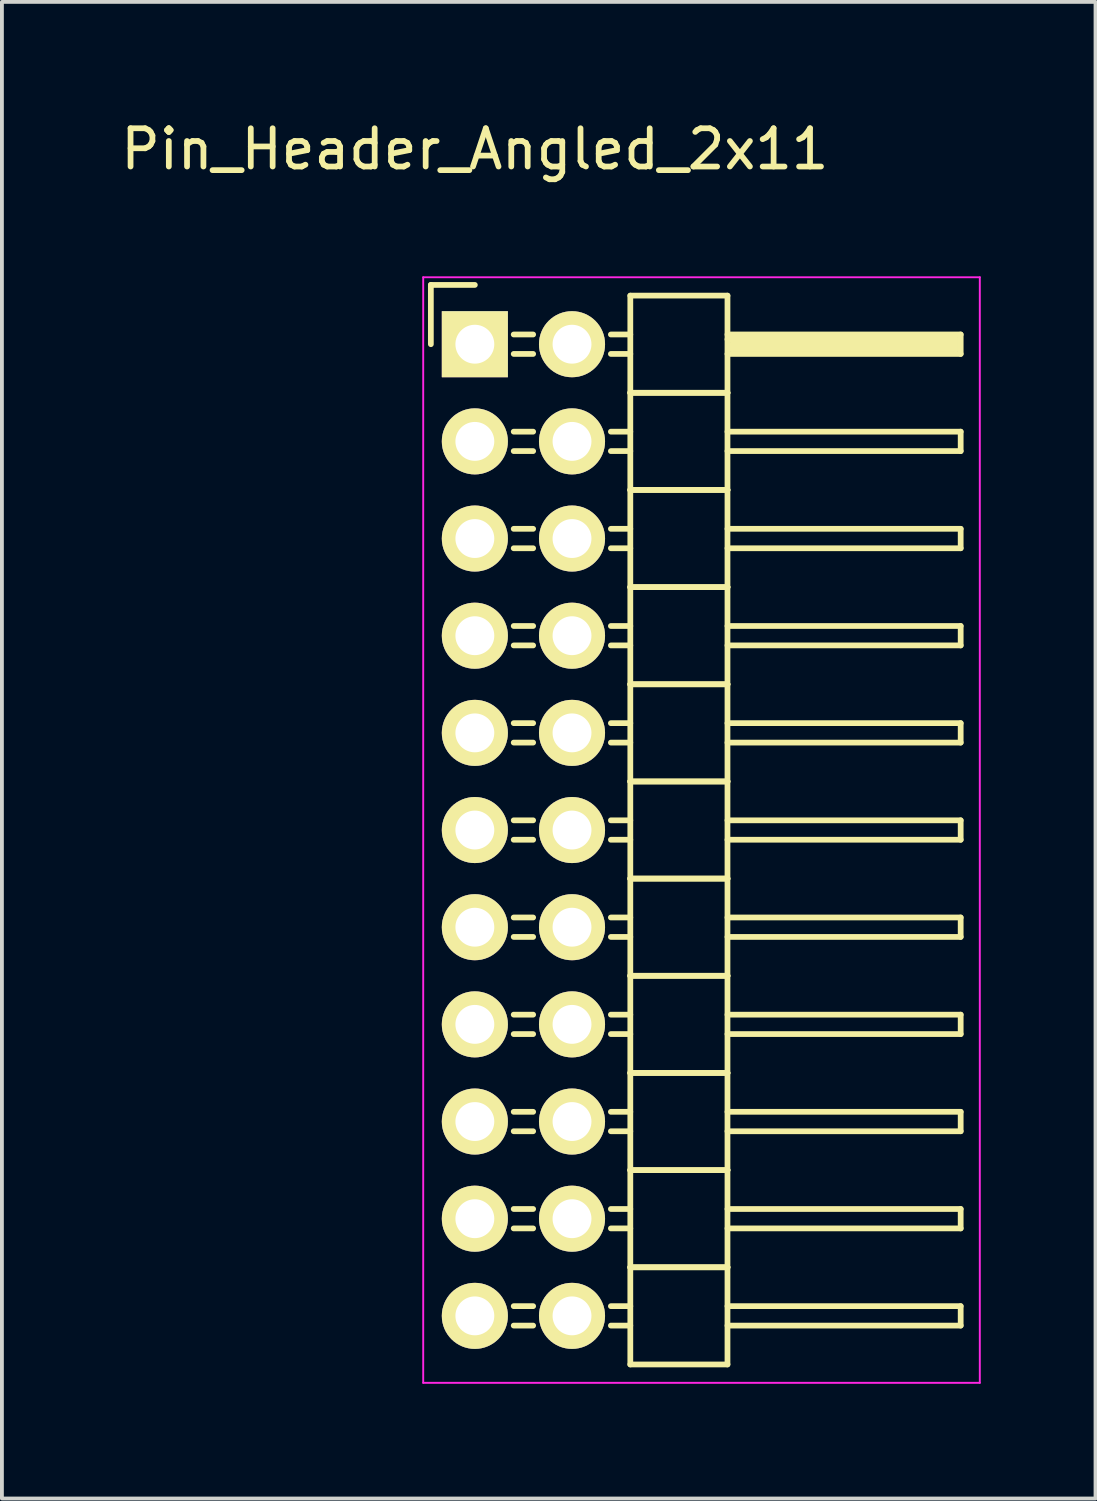
<source format=kicad_pcb>
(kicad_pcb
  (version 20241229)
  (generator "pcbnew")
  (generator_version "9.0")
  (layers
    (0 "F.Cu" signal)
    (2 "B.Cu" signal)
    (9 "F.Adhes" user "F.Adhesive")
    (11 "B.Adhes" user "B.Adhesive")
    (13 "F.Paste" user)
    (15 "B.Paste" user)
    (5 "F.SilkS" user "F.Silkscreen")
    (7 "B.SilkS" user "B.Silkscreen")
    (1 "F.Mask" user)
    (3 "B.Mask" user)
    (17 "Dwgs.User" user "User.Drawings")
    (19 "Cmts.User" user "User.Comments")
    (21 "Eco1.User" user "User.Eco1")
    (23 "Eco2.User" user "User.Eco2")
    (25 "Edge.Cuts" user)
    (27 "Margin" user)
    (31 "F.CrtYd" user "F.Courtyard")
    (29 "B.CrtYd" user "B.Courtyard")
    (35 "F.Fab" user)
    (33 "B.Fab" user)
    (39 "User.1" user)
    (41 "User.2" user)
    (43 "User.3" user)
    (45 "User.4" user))
  (footprint "Pin_Header_Angled_2x11"
    (layer "F.Cu")
    (at 9.363 5.948)
    (property "Reference" "Pin_Header_Angled_2x11" (at 0 -5.1 0) (layer "F.SilkS") (effects (font (size 1 1) (thickness 0.15))))
    (attr through_hole)
    (fp_line (start -1.15 -1.55) (end -1.15 0) (stroke (width 0.15) (type solid)) (layer "F.SilkS"))
    (fp_line (start 0 -1.55) (end -1.15 -1.55) (stroke (width 0.15) (type solid)) (layer "F.SilkS"))
    (fp_line (start 1.524 -0.254) (end 1.016 -0.254) (stroke (width 0.15) (type solid)) (layer "F.SilkS"))
    (fp_line (start 1.524 0.254) (end 1.016 0.254) (stroke (width 0.15) (type solid)) (layer "F.SilkS"))
    (fp_line (start 1.524 2.286) (end 1.016 2.286) (stroke (width 0.15) (type solid)) (layer "F.SilkS"))
    (fp_line (start 1.524 2.794) (end 1.016 2.794) (stroke (width 0.15) (type solid)) (layer "F.SilkS"))
    (fp_line (start 1.524 4.826) (end 1.016 4.826) (stroke (width 0.15) (type solid)) (layer "F.SilkS"))
    (fp_line (start 1.524 5.334) (end 1.016 5.334) (stroke (width 0.15) (type solid)) (layer "F.SilkS"))
    (fp_line (start 1.524 7.366) (end 1.016 7.366) (stroke (width 0.15) (type solid)) (layer "F.SilkS"))
    (fp_line (start 1.524 7.874) (end 1.016 7.874) (stroke (width 0.15) (type solid)) (layer "F.SilkS"))
    (fp_line (start 1.524 9.906) (end 1.016 9.906) (stroke (width 0.15) (type solid)) (layer "F.SilkS"))
    (fp_line (start 1.524 10.414) (end 1.016 10.414) (stroke (width 0.15) (type solid)) (layer "F.SilkS"))
    (fp_line (start 1.524 12.446) (end 1.016 12.446) (stroke (width 0.15) (type solid)) (layer "F.SilkS"))
    (fp_line (start 1.524 12.954) (end 1.016 12.954) (stroke (width 0.15) (type solid)) (layer "F.SilkS"))
    (fp_line (start 1.524 14.986) (end 1.016 14.986) (stroke (width 0.15) (type solid)) (layer "F.SilkS"))
    (fp_line (start 1.524 15.494) (end 1.016 15.494) (stroke (width 0.15) (type solid)) (layer "F.SilkS"))
    (fp_line (start 1.524 17.526) (end 1.016 17.526) (stroke (width 0.15) (type solid)) (layer "F.SilkS"))
    (fp_line (start 1.524 18.034) (end 1.016 18.034) (stroke (width 0.15) (type solid)) (layer "F.SilkS"))
    (fp_line (start 1.524 20.066) (end 1.016 20.066) (stroke (width 0.15) (type solid)) (layer "F.SilkS"))
    (fp_line (start 1.524 20.574) (end 1.016 20.574) (stroke (width 0.15) (type solid)) (layer "F.SilkS"))
    (fp_line (start 1.524 22.606) (end 1.016 22.606) (stroke (width 0.15) (type solid)) (layer "F.SilkS"))
    (fp_line (start 1.524 23.114) (end 1.016 23.114) (stroke (width 0.15) (type solid)) (layer "F.SilkS"))
    (fp_line (start 1.524 25.146) (end 1.016 25.146) (stroke (width 0.15) (type solid)) (layer "F.SilkS"))
    (fp_line (start 1.524 25.654) (end 1.016 25.654) (stroke (width 0.15) (type solid)) (layer "F.SilkS"))
    (fp_line (start 4.064 -1.27) (end 4.064 1.27) (stroke (width 0.15) (type solid)) (layer "F.SilkS"))
    (fp_line (start 4.064 -1.27) (end 6.604 -1.27) (stroke (width 0.15) (type solid)) (layer "F.SilkS"))
    (fp_line (start 4.064 -0.254) (end 3.556 -0.254) (stroke (width 0.15) (type solid)) (layer "F.SilkS"))
    (fp_line (start 4.064 0.254) (end 3.556 0.254) (stroke (width 0.15) (type solid)) (layer "F.SilkS"))
    (fp_line (start 4.064 1.27) (end 4.064 3.81) (stroke (width 0.15) (type solid)) (layer "F.SilkS"))
    (fp_line (start 4.064 1.27) (end 6.604 1.27) (stroke (width 0.15) (type solid)) (layer "F.SilkS"))
    (fp_line (start 4.064 1.27) (end 6.604 1.27) (stroke (width 0.15) (type solid)) (layer "F.SilkS"))
    (fp_line (start 4.064 2.286) (end 3.556 2.286) (stroke (width 0.15) (type solid)) (layer "F.SilkS"))
    (fp_line (start 4.064 2.794) (end 3.556 2.794) (stroke (width 0.15) (type solid)) (layer "F.SilkS"))
    (fp_line (start 4.064 3.81) (end 4.064 6.35) (stroke (width 0.15) (type solid)) (layer "F.SilkS"))
    (fp_line (start 4.064 3.81) (end 6.604 3.81) (stroke (width 0.15) (type solid)) (layer "F.SilkS"))
    (fp_line (start 4.064 3.81) (end 6.604 3.81) (stroke (width 0.15) (type solid)) (layer "F.SilkS"))
    (fp_line (start 4.064 4.826) (end 3.556 4.826) (stroke (width 0.15) (type solid)) (layer "F.SilkS"))
    (fp_line (start 4.064 5.334) (end 3.556 5.334) (stroke (width 0.15) (type solid)) (layer "F.SilkS"))
    (fp_line (start 4.064 6.35) (end 4.064 8.89) (stroke (width 0.15) (type solid)) (layer "F.SilkS"))
    (fp_line (start 4.064 6.35) (end 6.604 6.35) (stroke (width 0.15) (type solid)) (layer "F.SilkS"))
    (fp_line (start 4.064 6.35) (end 6.604 6.35) (stroke (width 0.15) (type solid)) (layer "F.SilkS"))
    (fp_line (start 4.064 7.366) (end 3.556 7.366) (stroke (width 0.15) (type solid)) (layer "F.SilkS"))
    (fp_line (start 4.064 7.874) (end 3.556 7.874) (stroke (width 0.15) (type solid)) (layer "F.SilkS"))
    (fp_line (start 4.064 8.89) (end 4.064 11.43) (stroke (width 0.15) (type solid)) (layer "F.SilkS"))
    (fp_line (start 4.064 8.89) (end 6.604 8.89) (stroke (width 0.15) (type solid)) (layer "F.SilkS"))
    (fp_line (start 4.064 8.89) (end 6.604 8.89) (stroke (width 0.15) (type solid)) (layer "F.SilkS"))
    (fp_line (start 4.064 9.906) (end 3.556 9.906) (stroke (width 0.15) (type solid)) (layer "F.SilkS"))
    (fp_line (start 4.064 10.414) (end 3.556 10.414) (stroke (width 0.15) (type solid)) (layer "F.SilkS"))
    (fp_line (start 4.064 11.43) (end 4.064 13.97) (stroke (width 0.15) (type solid)) (layer "F.SilkS"))
    (fp_line (start 4.064 11.43) (end 6.604 11.43) (stroke (width 0.15) (type solid)) (layer "F.SilkS"))
    (fp_line (start 4.064 11.43) (end 6.604 11.43) (stroke (width 0.15) (type solid)) (layer "F.SilkS"))
    (fp_line (start 4.064 12.446) (end 3.556 12.446) (stroke (width 0.15) (type solid)) (layer "F.SilkS"))
    (fp_line (start 4.064 12.954) (end 3.556 12.954) (stroke (width 0.15) (type solid)) (layer "F.SilkS"))
    (fp_line (start 4.064 13.97) (end 4.064 16.51) (stroke (width 0.15) (type solid)) (layer "F.SilkS"))
    (fp_line (start 4.064 13.97) (end 6.604 13.97) (stroke (width 0.15) (type solid)) (layer "F.SilkS"))
    (fp_line (start 4.064 13.97) (end 6.604 13.97) (stroke (width 0.15) (type solid)) (layer "F.SilkS"))
    (fp_line (start 4.064 14.986) (end 3.556 14.986) (stroke (width 0.15) (type solid)) (layer "F.SilkS"))
    (fp_line (start 4.064 15.494) (end 3.556 15.494) (stroke (width 0.15) (type solid)) (layer "F.SilkS"))
    (fp_line (start 4.064 16.51) (end 4.064 19.05) (stroke (width 0.15) (type solid)) (layer "F.SilkS"))
    (fp_line (start 4.064 16.51) (end 6.604 16.51) (stroke (width 0.15) (type solid)) (layer "F.SilkS"))
    (fp_line (start 4.064 16.51) (end 6.604 16.51) (stroke (width 0.15) (type solid)) (layer "F.SilkS"))
    (fp_line (start 4.064 17.526) (end 3.556 17.526) (stroke (width 0.15) (type solid)) (layer "F.SilkS"))
    (fp_line (start 4.064 18.034) (end 3.556 18.034) (stroke (width 0.15) (type solid)) (layer "F.SilkS"))
    (fp_line (start 4.064 19.05) (end 4.064 21.59) (stroke (width 0.15) (type solid)) (layer "F.SilkS"))
    (fp_line (start 4.064 19.05) (end 6.604 19.05) (stroke (width 0.15) (type solid)) (layer "F.SilkS"))
    (fp_line (start 4.064 19.05) (end 6.604 19.05) (stroke (width 0.15) (type solid)) (layer "F.SilkS"))
    (fp_line (start 4.064 20.066) (end 3.556 20.066) (stroke (width 0.15) (type solid)) (layer "F.SilkS"))
    (fp_line (start 4.064 20.574) (end 3.556 20.574) (stroke (width 0.15) (type solid)) (layer "F.SilkS"))
    (fp_line (start 4.064 21.59) (end 4.064 24.13) (stroke (width 0.15) (type solid)) (layer "F.SilkS"))
    (fp_line (start 4.064 21.59) (end 6.604 21.59) (stroke (width 0.15) (type solid)) (layer "F.SilkS"))
    (fp_line (start 4.064 21.59) (end 6.604 21.59) (stroke (width 0.15) (type solid)) (layer "F.SilkS"))
    (fp_line (start 4.064 22.606) (end 3.556 22.606) (stroke (width 0.15) (type solid)) (layer "F.SilkS"))
    (fp_line (start 4.064 23.114) (end 3.556 23.114) (stroke (width 0.15) (type solid)) (layer "F.SilkS"))
    (fp_line (start 4.064 24.13) (end 4.064 26.67) (stroke (width 0.15) (type solid)) (layer "F.SilkS"))
    (fp_line (start 4.064 24.13) (end 6.604 24.13) (stroke (width 0.15) (type solid)) (layer "F.SilkS"))
    (fp_line (start 4.064 24.13) (end 6.604 24.13) (stroke (width 0.15) (type solid)) (layer "F.SilkS"))
    (fp_line (start 4.064 25.146) (end 3.556 25.146) (stroke (width 0.15) (type solid)) (layer "F.SilkS"))
    (fp_line (start 4.064 25.654) (end 3.556 25.654) (stroke (width 0.15) (type solid)) (layer "F.SilkS"))
    (fp_line (start 4.064 26.67) (end 6.604 26.67) (stroke (width 0.15) (type solid)) (layer "F.SilkS"))
    (fp_line (start 6.604 -0.254) (end 12.7 -0.254) (stroke (width 0.15) (type solid)) (layer "F.SilkS"))
    (fp_line (start 6.604 -0.127) (end 12.573 -0.127) (stroke (width 0.15) (type solid)) (layer "F.SilkS"))
    (fp_line (start 6.604 1.27) (end 6.604 -1.27) (stroke (width 0.15) (type solid)) (layer "F.SilkS"))
    (fp_line (start 6.604 2.286) (end 12.7 2.286) (stroke (width 0.15) (type solid)) (layer "F.SilkS"))
    (fp_line (start 6.604 3.81) (end 6.604 1.27) (stroke (width 0.15) (type solid)) (layer "F.SilkS"))
    (fp_line (start 6.604 4.826) (end 12.7 4.826) (stroke (width 0.15) (type solid)) (layer "F.SilkS"))
    (fp_line (start 6.604 6.35) (end 6.604 3.81) (stroke (width 0.15) (type solid)) (layer "F.SilkS"))
    (fp_line (start 6.604 7.366) (end 12.7 7.366) (stroke (width 0.15) (type solid)) (layer "F.SilkS"))
    (fp_line (start 6.604 8.89) (end 6.604 6.35) (stroke (width 0.15) (type solid)) (layer "F.SilkS"))
    (fp_line (start 6.604 9.906) (end 12.7 9.906) (stroke (width 0.15) (type solid)) (layer "F.SilkS"))
    (fp_line (start 6.604 11.43) (end 6.604 8.89) (stroke (width 0.15) (type solid)) (layer "F.SilkS"))
    (fp_line (start 6.604 12.446) (end 12.7 12.446) (stroke (width 0.15) (type solid)) (layer "F.SilkS"))
    (fp_line (start 6.604 13.97) (end 6.604 11.43) (stroke (width 0.15) (type solid)) (layer "F.SilkS"))
    (fp_line (start 6.604 14.986) (end 12.7 14.986) (stroke (width 0.15) (type solid)) (layer "F.SilkS"))
    (fp_line (start 6.604 16.51) (end 6.604 13.97) (stroke (width 0.15) (type solid)) (layer "F.SilkS"))
    (fp_line (start 6.604 17.526) (end 12.7 17.526) (stroke (width 0.15) (type solid)) (layer "F.SilkS"))
    (fp_line (start 6.604 19.05) (end 6.604 16.51) (stroke (width 0.15) (type solid)) (layer "F.SilkS"))
    (fp_line (start 6.604 20.066) (end 12.7 20.066) (stroke (width 0.15) (type solid)) (layer "F.SilkS"))
    (fp_line (start 6.604 21.59) (end 6.604 19.05) (stroke (width 0.15) (type solid)) (layer "F.SilkS"))
    (fp_line (start 6.604 22.606) (end 12.7 22.606) (stroke (width 0.15) (type solid)) (layer "F.SilkS"))
    (fp_line (start 6.604 24.13) (end 6.604 21.59) (stroke (width 0.15) (type solid)) (layer "F.SilkS"))
    (fp_line (start 6.604 25.146) (end 12.7 25.146) (stroke (width 0.15) (type solid)) (layer "F.SilkS"))
    (fp_line (start 6.604 26.67) (end 6.604 24.13) (stroke (width 0.15) (type solid)) (layer "F.SilkS"))
    (fp_line (start 6.731 0) (end 12.573 0) (stroke (width 0.15) (type solid)) (layer "F.SilkS"))
    (fp_line (start 6.731 0.127) (end 6.731 0) (stroke (width 0.15) (type solid)) (layer "F.SilkS"))
    (fp_line (start 12.573 -0.127) (end 12.573 0.127) (stroke (width 0.15) (type solid)) (layer "F.SilkS"))
    (fp_line (start 12.573 0.127) (end 6.731 0.127) (stroke (width 0.15) (type solid)) (layer "F.SilkS"))
    (fp_line (start 12.7 -0.254) (end 12.7 0.254) (stroke (width 0.15) (type solid)) (layer "F.SilkS"))
    (fp_line (start 12.7 0.254) (end 6.604 0.254) (stroke (width 0.15) (type solid)) (layer "F.SilkS"))
    (fp_line (start 12.7 2.286) (end 12.7 2.794) (stroke (width 0.15) (type solid)) (layer "F.SilkS"))
    (fp_line (start 12.7 2.794) (end 6.604 2.794) (stroke (width 0.15) (type solid)) (layer "F.SilkS"))
    (fp_line (start 12.7 4.826) (end 12.7 5.334) (stroke (width 0.15) (type solid)) (layer "F.SilkS"))
    (fp_line (start 12.7 5.334) (end 6.604 5.334) (stroke (width 0.15) (type solid)) (layer "F.SilkS"))
    (fp_line (start 12.7 7.366) (end 12.7 7.874) (stroke (width 0.15) (type solid)) (layer "F.SilkS"))
    (fp_line (start 12.7 7.874) (end 6.604 7.874) (stroke (width 0.15) (type solid)) (layer "F.SilkS"))
    (fp_line (start 12.7 9.906) (end 12.7 10.414) (stroke (width 0.15) (type solid)) (layer "F.SilkS"))
    (fp_line (start 12.7 10.414) (end 6.604 10.414) (stroke (width 0.15) (type solid)) (layer "F.SilkS"))
    (fp_line (start 12.7 12.446) (end 12.7 12.954) (stroke (width 0.15) (type solid)) (layer "F.SilkS"))
    (fp_line (start 12.7 12.954) (end 6.604 12.954) (stroke (width 0.15) (type solid)) (layer "F.SilkS"))
    (fp_line (start 12.7 14.986) (end 12.7 15.494) (stroke (width 0.15) (type solid)) (layer "F.SilkS"))
    (fp_line (start 12.7 15.494) (end 6.604 15.494) (stroke (width 0.15) (type solid)) (layer "F.SilkS"))
    (fp_line (start 12.7 17.526) (end 12.7 18.034) (stroke (width 0.15) (type solid)) (layer "F.SilkS"))
    (fp_line (start 12.7 18.034) (end 6.604 18.034) (stroke (width 0.15) (type solid)) (layer "F.SilkS"))
    (fp_line (start 12.7 20.066) (end 12.7 20.574) (stroke (width 0.15) (type solid)) (layer "F.SilkS"))
    (fp_line (start 12.7 20.574) (end 6.604 20.574) (stroke (width 0.15) (type solid)) (layer "F.SilkS"))
    (fp_line (start 12.7 22.606) (end 12.7 23.114) (stroke (width 0.15) (type solid)) (layer "F.SilkS"))
    (fp_line (start 12.7 23.114) (end 6.604 23.114) (stroke (width 0.15) (type solid)) (layer "F.SilkS"))
    (fp_line (start 12.7 25.146) (end 12.7 25.654) (stroke (width 0.15) (type solid)) (layer "F.SilkS"))
    (fp_line (start 12.7 25.654) (end 6.604 25.654) (stroke (width 0.15) (type solid)) (layer "F.SilkS"))
    (fp_line (start -1.35 -1.75) (end -1.35 27.15) (stroke (width 0.05) (type solid)) (layer "F.CrtYd"))
    (fp_line (start -1.35 -1.75) (end 13.2 -1.75) (stroke (width 0.05) (type solid)) (layer "F.CrtYd"))
    (fp_line (start -1.35 27.15) (end 13.2 27.15) (stroke (width 0.05) (type solid)) (layer "F.CrtYd"))
    (fp_line (start 13.2 -1.75) (end 13.2 27.15) (stroke (width 0.05) (type solid)) (layer "F.CrtYd"))
    (pad "1" thru_hole rect (at 0 0) (size 1.727 1.727) (drill 1.016) (layers "*.Cu" "*.Mask" "F.SilkS"))
    (pad "2" thru_hole oval (at 2.54 0) (size 1.727 1.727) (drill 1.016) (layers "*.Cu" "*.Mask" "F.SilkS"))
    (pad "3" thru_hole oval (at 0 2.54) (size 1.727 1.727) (drill 1.016) (layers "*.Cu" "*.Mask" "F.SilkS"))
    (pad "4" thru_hole oval (at 2.54 2.54) (size 1.727 1.727) (drill 1.016) (layers "*.Cu" "*.Mask" "F.SilkS"))
    (pad "5" thru_hole oval (at 0 5.08) (size 1.727 1.727) (drill 1.016) (layers "*.Cu" "*.Mask" "F.SilkS"))
    (pad "6" thru_hole oval (at 2.54 5.08) (size 1.727 1.727) (drill 1.016) (layers "*.Cu" "*.Mask" "F.SilkS"))
    (pad "7" thru_hole oval (at 0 7.62) (size 1.727 1.727) (drill 1.016) (layers "*.Cu" "*.Mask" "F.SilkS"))
    (pad "8" thru_hole oval (at 2.54 7.62) (size 1.727 1.727) (drill 1.016) (layers "*.Cu" "*.Mask" "F.SilkS"))
    (pad "9" thru_hole oval (at 0 10.16) (size 1.727 1.727) (drill 1.016) (layers "*.Cu" "*.Mask" "F.SilkS"))
    (pad "10" thru_hole oval (at 2.54 10.16) (size 1.727 1.727) (drill 1.016) (layers "*.Cu" "*.Mask" "F.SilkS"))
    (pad "11" thru_hole oval (at 0 12.7) (size 1.727 1.727) (drill 1.016) (layers "*.Cu" "*.Mask" "F.SilkS"))
    (pad "12" thru_hole oval (at 2.54 12.7) (size 1.727 1.727) (drill 1.016) (layers "*.Cu" "*.Mask" "F.SilkS"))
    (pad "13" thru_hole oval (at 0 15.24) (size 1.727 1.727) (drill 1.016) (layers "*.Cu" "*.Mask" "F.SilkS"))
    (pad "14" thru_hole oval (at 2.54 15.24) (size 1.727 1.727) (drill 1.016) (layers "*.Cu" "*.Mask" "F.SilkS"))
    (pad "15" thru_hole oval (at 0 17.78) (size 1.727 1.727) (drill 1.016) (layers "*.Cu" "*.Mask" "F.SilkS"))
    (pad "16" thru_hole oval (at 2.54 17.78) (size 1.727 1.727) (drill 1.016) (layers "*.Cu" "*.Mask" "F.SilkS"))
    (pad "17" thru_hole oval (at 0 20.32) (size 1.727 1.727) (drill 1.016) (layers "*.Cu" "*.Mask" "F.SilkS"))
    (pad "18" thru_hole oval (at 2.54 20.32) (size 1.727 1.727) (drill 1.016) (layers "*.Cu" "*.Mask" "F.SilkS"))
    (pad "19" thru_hole oval (at 0 22.86) (size 1.727 1.727) (drill 1.016) (layers "*.Cu" "*.Mask" "F.SilkS"))
    (pad "20" thru_hole oval (at 2.54 22.86) (size 1.727 1.727) (drill 1.016) (layers "*.Cu" "*.Mask" "F.SilkS"))
    (pad "21" thru_hole oval (at 0 25.4) (size 1.727 1.727) (drill 1.016) (layers "*.Cu" "*.Mask" "F.SilkS"))
    (pad "22" thru_hole oval (at 2.54 25.4) (size 1.727 1.727) (drill 1.016) (layers "*.Cu" "*.Mask" "F.SilkS")))
  (gr_rect
    (start -3 -3)
    (end 25.588 36.123)
    (stroke (width 0.1) (type default))
    (fill no)
    (layer "Edge.Cuts")))
</source>
